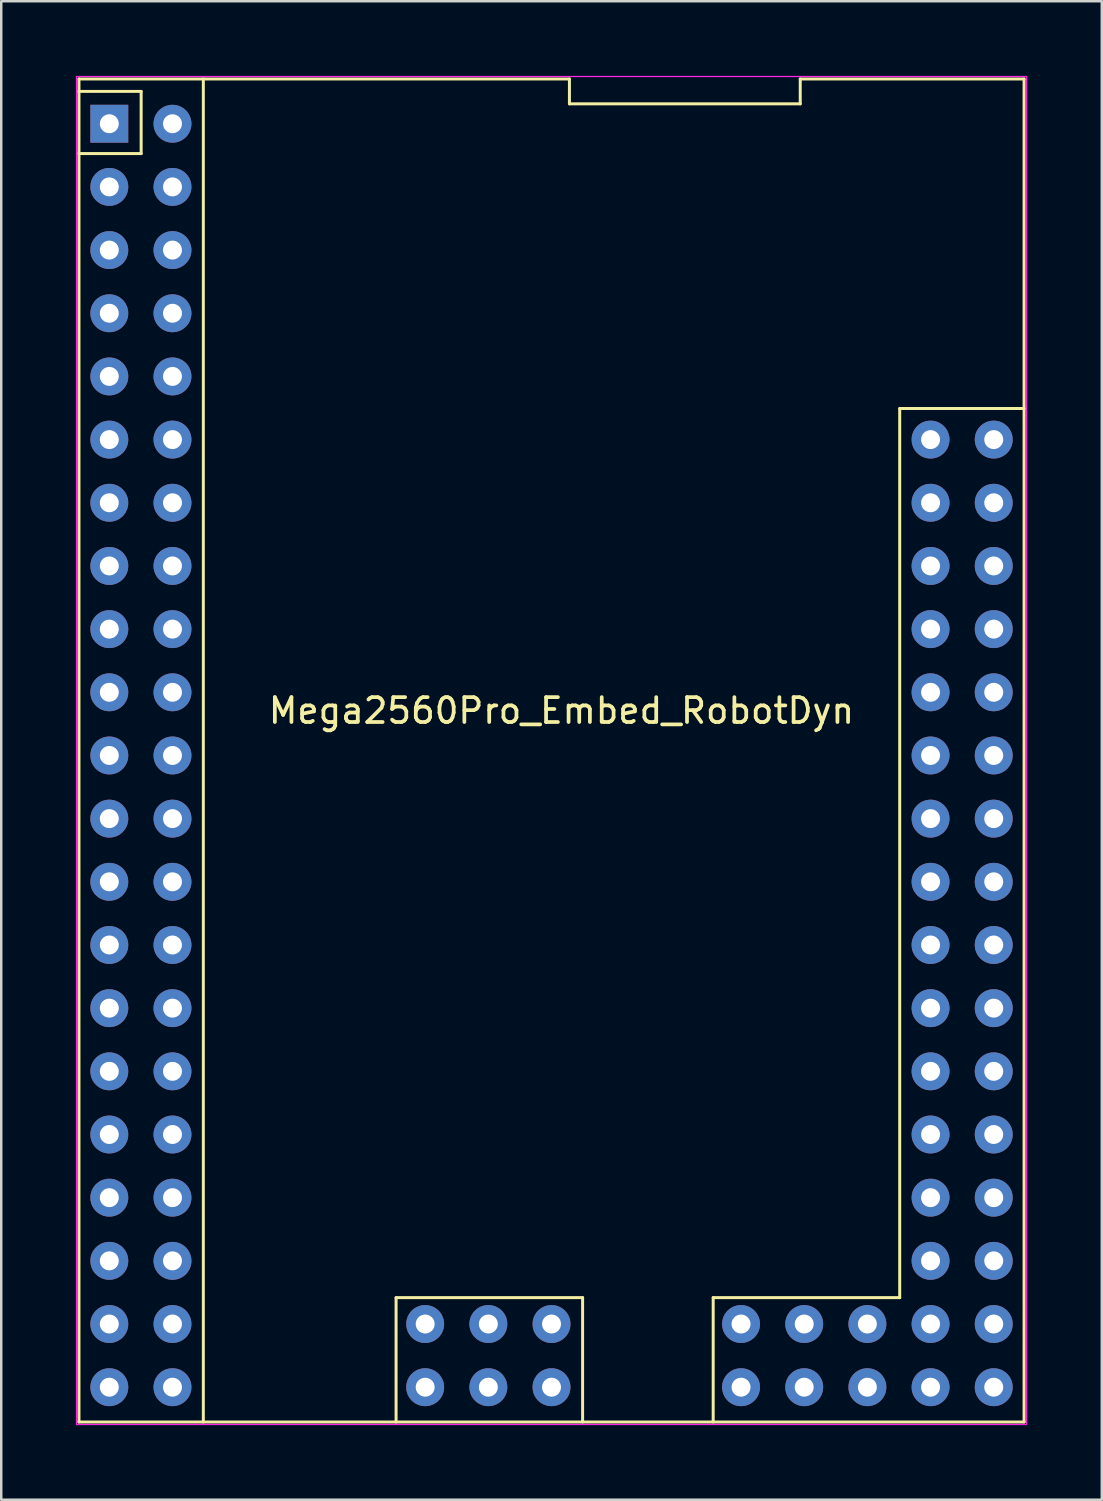
<source format=kicad_pcb>
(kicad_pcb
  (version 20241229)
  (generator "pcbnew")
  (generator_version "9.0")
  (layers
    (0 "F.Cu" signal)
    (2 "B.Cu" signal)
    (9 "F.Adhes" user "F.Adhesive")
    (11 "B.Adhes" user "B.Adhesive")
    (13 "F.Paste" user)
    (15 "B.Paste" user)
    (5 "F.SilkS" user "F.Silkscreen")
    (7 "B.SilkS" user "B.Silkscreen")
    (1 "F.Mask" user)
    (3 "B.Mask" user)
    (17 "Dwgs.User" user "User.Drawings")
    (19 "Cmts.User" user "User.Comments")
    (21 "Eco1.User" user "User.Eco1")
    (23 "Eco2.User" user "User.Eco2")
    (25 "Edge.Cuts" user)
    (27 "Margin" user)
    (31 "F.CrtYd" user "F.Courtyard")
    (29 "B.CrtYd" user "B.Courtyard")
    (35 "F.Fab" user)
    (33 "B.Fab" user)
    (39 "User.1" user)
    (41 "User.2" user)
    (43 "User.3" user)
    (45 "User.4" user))
  (footprint "Mega2560Pro_Embed_RobotDyn"
    (layer "F.Cu")
    (at 36.905 52.725)
    (property "Reference" "Mega2560Pro_Embed_RobotDyn" (at -17.38 -27.2 0) (layer "F.SilkS") (effects (font (size 1 1) (thickness 0.15))))
    (attr through_hole)
    (fp_line (start -36.78 -52.6) (end -17.06 -52.6) (stroke (width 0.12) (type solid)) (layer "F.SilkS"))
    (fp_line (start -36.78 -52.1) (end -34.28 -52.1) (stroke (width 0.12) (type solid)) (layer "F.SilkS"))
    (fp_line (start -36.78 1.4) (end -36.78 -52.6) (stroke (width 0.12) (type solid)) (layer "F.SilkS"))
    (fp_line (start -34.28 -52.1) (end -34.28 -49.6) (stroke (width 0.12) (type solid)) (layer "F.SilkS"))
    (fp_line (start -34.28 -49.6) (end -36.78 -49.6) (stroke (width 0.12) (type solid)) (layer "F.SilkS"))
    (fp_line (start -31.78 1.4) (end -31.78 -52.6) (stroke (width 0.12) (type solid)) (layer "F.SilkS"))
    (fp_line (start -24.03 -3.6) (end -16.53 -3.6) (stroke (width 0.12) (type solid)) (layer "F.SilkS"))
    (fp_line (start -24.03 1.4) (end -24.03 -3.6) (stroke (width 0.12) (type solid)) (layer "F.SilkS"))
    (fp_line (start -17.06 -52.6) (end -17.06 -51.6) (stroke (width 0.12) (type solid)) (layer "F.SilkS"))
    (fp_line (start -17.06 -51.6) (end -7.78 -51.6) (stroke (width 0.12) (type solid)) (layer "F.SilkS"))
    (fp_line (start -16.53 -3.6) (end -16.53 1.4) (stroke (width 0.12) (type solid)) (layer "F.SilkS"))
    (fp_line (start -11.28 -3.6) (end -3.78 -3.6) (stroke (width 0.12) (type solid)) (layer "F.SilkS"))
    (fp_line (start -11.28 1.4) (end -11.28 -3.6) (stroke (width 0.12) (type solid)) (layer "F.SilkS"))
    (fp_line (start -7.78 -52.6) (end 1.22 -52.6) (stroke (width 0.12) (type solid)) (layer "F.SilkS"))
    (fp_line (start -7.78 -51.6) (end -7.78 -52.6) (stroke (width 0.12) (type solid)) (layer "F.SilkS"))
    (fp_line (start -3.78 -39.35) (end 1.22 -39.35) (stroke (width 0.12) (type solid)) (layer "F.SilkS"))
    (fp_line (start -3.78 -3.6) (end -3.78 -39.35) (stroke (width 0.12) (type solid)) (layer "F.SilkS"))
    (fp_line (start 1.22 -52.6) (end 1.22 1.4) (stroke (width 0.12) (type solid)) (layer "F.SilkS"))
    (fp_line (start 1.22 1.4) (end -36.78 1.4) (stroke (width 0.12) (type solid)) (layer "F.SilkS"))
    (fp_line (start -36.88 -52.7) (end 1.32 -52.7) (stroke (width 0.05) (type solid)) (layer "F.CrtYd"))
    (fp_line (start -36.88 1.5) (end -36.88 -52.7) (stroke (width 0.05) (type solid)) (layer "F.CrtYd"))
    (fp_line (start 1.32 -52.7) (end 1.32 1.5) (stroke (width 0.05) (type solid)) (layer "F.CrtYd"))
    (fp_line (start 1.32 1.5) (end -36.88 1.5) (stroke (width 0.05) (type solid)) (layer "F.CrtYd"))
    (pad "1" thru_hole rect (at -35.56 -50.8) (size 1.524 1.524) (drill 0.762) (layers "*.Cu" "*.Mask"))
    (pad "2" thru_hole circle (at -33.02 -50.8) (size 1.524 1.524) (drill 0.762) (layers "*.Cu" "*.Mask"))
    (pad "3" thru_hole circle (at -35.56 -48.26) (size 1.524 1.524) (drill 0.762) (layers "*.Cu" "*.Mask"))
    (pad "4" thru_hole circle (at -33.02 -48.26) (size 1.524 1.524) (drill 0.762) (layers "*.Cu" "*.Mask"))
    (pad "5" thru_hole circle (at -35.56 -45.72) (size 1.524 1.524) (drill 0.762) (layers "*.Cu" "*.Mask"))
    (pad "6" thru_hole circle (at -33.02 -45.72) (size 1.524 1.524) (drill 0.762) (layers "*.Cu" "*.Mask"))
    (pad "7" thru_hole circle (at -35.56 -43.18) (size 1.524 1.524) (drill 0.762) (layers "*.Cu" "*.Mask"))
    (pad "8" thru_hole circle (at -33.02 -43.18) (size 1.524 1.524) (drill 0.762) (layers "*.Cu" "*.Mask"))
    (pad "9" thru_hole circle (at -35.56 -40.64) (size 1.524 1.524) (drill 0.762) (layers "*.Cu" "*.Mask"))
    (pad "10" thru_hole circle (at -33.02 -40.64) (size 1.524 1.524) (drill 0.762) (layers "*.Cu" "*.Mask"))
    (pad "11" thru_hole circle (at -35.56 -38.1) (size 1.524 1.524) (drill 0.762) (layers "*.Cu" "*.Mask"))
    (pad "12" thru_hole circle (at -33.02 -38.1) (size 1.524 1.524) (drill 0.762) (layers "*.Cu" "*.Mask"))
    (pad "13" thru_hole circle (at -35.56 -35.56) (size 1.524 1.524) (drill 0.762) (layers "*.Cu" "*.Mask"))
    (pad "14" thru_hole circle (at -33.02 -35.56) (size 1.524 1.524) (drill 0.762) (layers "*.Cu" "*.Mask"))
    (pad "15" thru_hole circle (at -35.56 -33.02) (size 1.524 1.524) (drill 0.762) (layers "*.Cu" "*.Mask"))
    (pad "16" thru_hole circle (at -33.02 -33.02) (size 1.524 1.524) (drill 0.762) (layers "*.Cu" "*.Mask"))
    (pad "17" thru_hole circle (at -35.56 -30.48) (size 1.524 1.524) (drill 0.762) (layers "*.Cu" "*.Mask"))
    (pad "18" thru_hole circle (at -33.02 -30.48) (size 1.524 1.524) (drill 0.762) (layers "*.Cu" "*.Mask"))
    (pad "19" thru_hole circle (at -35.56 -27.94) (size 1.524 1.524) (drill 0.762) (layers "*.Cu" "*.Mask"))
    (pad "20" thru_hole circle (at -33.02 -27.94) (size 1.524 1.524) (drill 0.762) (layers "*.Cu" "*.Mask"))
    (pad "21" thru_hole circle (at -35.56 -25.4) (size 1.524 1.524) (drill 0.762) (layers "*.Cu" "*.Mask"))
    (pad "22" thru_hole circle (at -33.02 -25.4) (size 1.524 1.524) (drill 0.762) (layers "*.Cu" "*.Mask"))
    (pad "23" thru_hole circle (at -35.56 -22.86) (size 1.524 1.524) (drill 0.762) (layers "*.Cu" "*.Mask"))
    (pad "24" thru_hole circle (at -33.02 -22.86) (size 1.524 1.524) (drill 0.762) (layers "*.Cu" "*.Mask"))
    (pad "25" thru_hole circle (at -35.56 -20.32) (size 1.524 1.524) (drill 0.762) (layers "*.Cu" "*.Mask"))
    (pad "26" thru_hole circle (at -33.02 -20.32) (size 1.524 1.524) (drill 0.762) (layers "*.Cu" "*.Mask"))
    (pad "27" thru_hole circle (at -35.56 -17.78) (size 1.524 1.524) (drill 0.762) (layers "*.Cu" "*.Mask"))
    (pad "28" thru_hole circle (at -33.02 -17.78) (size 1.524 1.524) (drill 0.762) (layers "*.Cu" "*.Mask"))
    (pad "29" thru_hole circle (at -35.56 -15.24) (size 1.524 1.524) (drill 0.762) (layers "*.Cu" "*.Mask"))
    (pad "30" thru_hole circle (at -33.02 -15.24) (size 1.524 1.524) (drill 0.762) (layers "*.Cu" "*.Mask"))
    (pad "31" thru_hole circle (at -35.56 -12.7) (size 1.524 1.524) (drill 0.762) (layers "*.Cu" "*.Mask"))
    (pad "32" thru_hole circle (at -33.02 -12.7) (size 1.524 1.524) (drill 0.762) (layers "*.Cu" "*.Mask"))
    (pad "33" thru_hole circle (at -35.56 -10.16) (size 1.524 1.524) (drill 0.762) (layers "*.Cu" "*.Mask"))
    (pad "34" thru_hole circle (at -33.02 -10.16) (size 1.524 1.524) (drill 0.762) (layers "*.Cu" "*.Mask"))
    (pad "35" thru_hole circle (at -35.56 -7.62) (size 1.524 1.524) (drill 0.762) (layers "*.Cu" "*.Mask"))
    (pad "36" thru_hole circle (at -33.02 -7.62) (size 1.524 1.524) (drill 0.762) (layers "*.Cu" "*.Mask"))
    (pad "37" thru_hole circle (at -35.56 -5.08) (size 1.524 1.524) (drill 0.762) (layers "*.Cu" "*.Mask"))
    (pad "38" thru_hole circle (at -33.02 -5.08) (size 1.524 1.524) (drill 0.762) (layers "*.Cu" "*.Mask"))
    (pad "39" thru_hole circle (at -35.56 -2.54) (size 1.524 1.524) (drill 0.762) (layers "*.Cu" "*.Mask"))
    (pad "40" thru_hole circle (at -33.02 -2.54) (size 1.524 1.524) (drill 0.762) (layers "*.Cu" "*.Mask"))
    (pad "41" thru_hole circle (at -35.56 0) (size 1.524 1.524) (drill 0.762) (layers "*.Cu" "*.Mask"))
    (pad "42" thru_hole circle (at -33.02 0) (size 1.524 1.524) (drill 0.762) (layers "*.Cu" "*.Mask"))
    (pad "43" thru_hole circle (at -2.54 -38.1) (size 1.524 1.524) (drill 0.762) (layers "*.Cu" "*.Mask"))
    (pad "44" thru_hole circle (at 0 -38.1) (size 1.524 1.524) (drill 0.762) (layers "*.Cu" "*.Mask"))
    (pad "45" thru_hole circle (at -2.54 -35.56) (size 1.524 1.524) (drill 0.762) (layers "*.Cu" "*.Mask"))
    (pad "46" thru_hole circle (at 0 -35.56) (size 1.524 1.524) (drill 0.762) (layers "*.Cu" "*.Mask"))
    (pad "47" thru_hole circle (at -2.54 -33.02) (size 1.524 1.524) (drill 0.762) (layers "*.Cu" "*.Mask"))
    (pad "48" thru_hole circle (at 0 -33.02) (size 1.524 1.524) (drill 0.762) (layers "*.Cu" "*.Mask"))
    (pad "49" thru_hole circle (at -2.54 -30.48) (size 1.524 1.524) (drill 0.762) (layers "*.Cu" "*.Mask"))
    (pad "50" thru_hole circle (at 0 -30.48) (size 1.524 1.524) (drill 0.762) (layers "*.Cu" "*.Mask"))
    (pad "51" thru_hole circle (at -2.54 -27.94) (size 1.524 1.524) (drill 0.762) (layers "*.Cu" "*.Mask"))
    (pad "52" thru_hole circle (at 0 -27.94) (size 1.524 1.524) (drill 0.762) (layers "*.Cu" "*.Mask"))
    (pad "53" thru_hole circle (at -2.54 -25.4) (size 1.524 1.524) (drill 0.762) (layers "*.Cu" "*.Mask"))
    (pad "54" thru_hole circle (at 0 -25.4) (size 1.524 1.524) (drill 0.762) (layers "*.Cu" "*.Mask"))
    (pad "55" thru_hole circle (at -2.54 -22.86) (size 1.524 1.524) (drill 0.762) (layers "*.Cu" "*.Mask"))
    (pad "56" thru_hole circle (at 0 -22.86) (size 1.524 1.524) (drill 0.762) (layers "*.Cu" "*.Mask"))
    (pad "57" thru_hole circle (at -2.54 -20.32) (size 1.524 1.524) (drill 0.762) (layers "*.Cu" "*.Mask"))
    (pad "58" thru_hole circle (at 0 -20.32) (size 1.524 1.524) (drill 0.762) (layers "*.Cu" "*.Mask"))
    (pad "59" thru_hole circle (at -2.54 -17.78) (size 1.524 1.524) (drill 0.762) (layers "*.Cu" "*.Mask"))
    (pad "60" thru_hole circle (at 0 -17.78) (size 1.524 1.524) (drill 0.762) (layers "*.Cu" "*.Mask"))
    (pad "61" thru_hole circle (at -2.54 -15.24) (size 1.524 1.524) (drill 0.762) (layers "*.Cu" "*.Mask"))
    (pad "62" thru_hole circle (at 0 -15.24) (size 1.524 1.524) (drill 0.762) (layers "*.Cu" "*.Mask"))
    (pad "63" thru_hole circle (at -2.54 -12.7) (size 1.524 1.524) (drill 0.762) (layers "*.Cu" "*.Mask"))
    (pad "64" thru_hole circle (at 0 -12.7) (size 1.524 1.524) (drill 0.762) (layers "*.Cu" "*.Mask"))
    (pad "65" thru_hole circle (at -2.54 -10.16) (size 1.524 1.524) (drill 0.762) (layers "*.Cu" "*.Mask"))
    (pad "66" thru_hole circle (at 0 -10.16) (size 1.524 1.524) (drill 0.762) (layers "*.Cu" "*.Mask"))
    (pad "67" thru_hole circle (at -2.54 -7.62) (size 1.524 1.524) (drill 0.762) (layers "*.Cu" "*.Mask"))
    (pad "68" thru_hole circle (at 0 -7.62) (size 1.524 1.524) (drill 0.762) (layers "*.Cu" "*.Mask"))
    (pad "69" thru_hole circle (at -2.54 -5.08) (size 1.524 1.524) (drill 0.762) (layers "*.Cu" "*.Mask"))
    (pad "70" thru_hole circle (at 0 -5.08) (size 1.524 1.524) (drill 0.762) (layers "*.Cu" "*.Mask"))
    (pad "71" thru_hole circle (at -2.54 -2.54) (size 1.524 1.524) (drill 0.762) (layers "*.Cu" "*.Mask"))
    (pad "72" thru_hole circle (at 0 -2.54) (size 1.524 1.524) (drill 0.762) (layers "*.Cu" "*.Mask"))
    (pad "73" thru_hole circle (at -2.54 0) (size 1.524 1.524) (drill 0.762) (layers "*.Cu" "*.Mask"))
    (pad "74" thru_hole circle (at 0 0) (size 1.524 1.524) (drill 0.762) (layers "*.Cu" "*.Mask"))
    (pad "75" thru_hole circle (at -5.08 -2.54) (size 1.524 1.524) (drill 0.762) (layers "*.Cu" "*.Mask"))
    (pad "76" thru_hole circle (at -5.08 0) (size 1.524 1.524) (drill 0.762) (layers "*.Cu" "*.Mask"))
    (pad "77" thru_hole circle (at -7.62 -2.54) (size 1.524 1.524) (drill 0.762) (layers "*.Cu" "*.Mask"))
    (pad "78" thru_hole circle (at -7.62 0) (size 1.524 1.524) (drill 0.762) (layers "*.Cu" "*.Mask"))
    (pad "79" thru_hole circle (at -10.16 -2.54) (size 1.524 1.524) (drill 0.762) (layers "*.Cu" "*.Mask"))
    (pad "80" thru_hole circle (at -10.16 0) (size 1.524 1.524) (drill 0.762) (layers "*.Cu" "*.Mask"))
    (pad "81" thru_hole circle (at -17.78 -2.54) (size 1.524 1.524) (drill 0.762) (layers "*.Cu" "*.Mask"))
    (pad "82" thru_hole circle (at -17.78 0) (size 1.524 1.524) (drill 0.762) (layers "*.Cu" "*.Mask"))
    (pad "83" thru_hole circle (at -20.32 -2.54) (size 1.524 1.524) (drill 0.762) (layers "*.Cu" "*.Mask"))
    (pad "84" thru_hole circle (at -20.32 0) (size 1.524 1.524) (drill 0.762) (layers "*.Cu" "*.Mask"))
    (pad "85" thru_hole circle (at -22.86 -2.54) (size 1.524 1.524) (drill 0.762) (layers "*.Cu" "*.Mask"))
    (pad "86" thru_hole circle (at -22.86 0) (size 1.524 1.524) (drill 0.762) (layers "*.Cu" "*.Mask")))
  (gr_rect
    (start -3 -3)
    (end 41.25 57.25)
    (stroke (width 0.1) (type default))
    (fill no)
    (layer "Edge.Cuts")))
</source>
